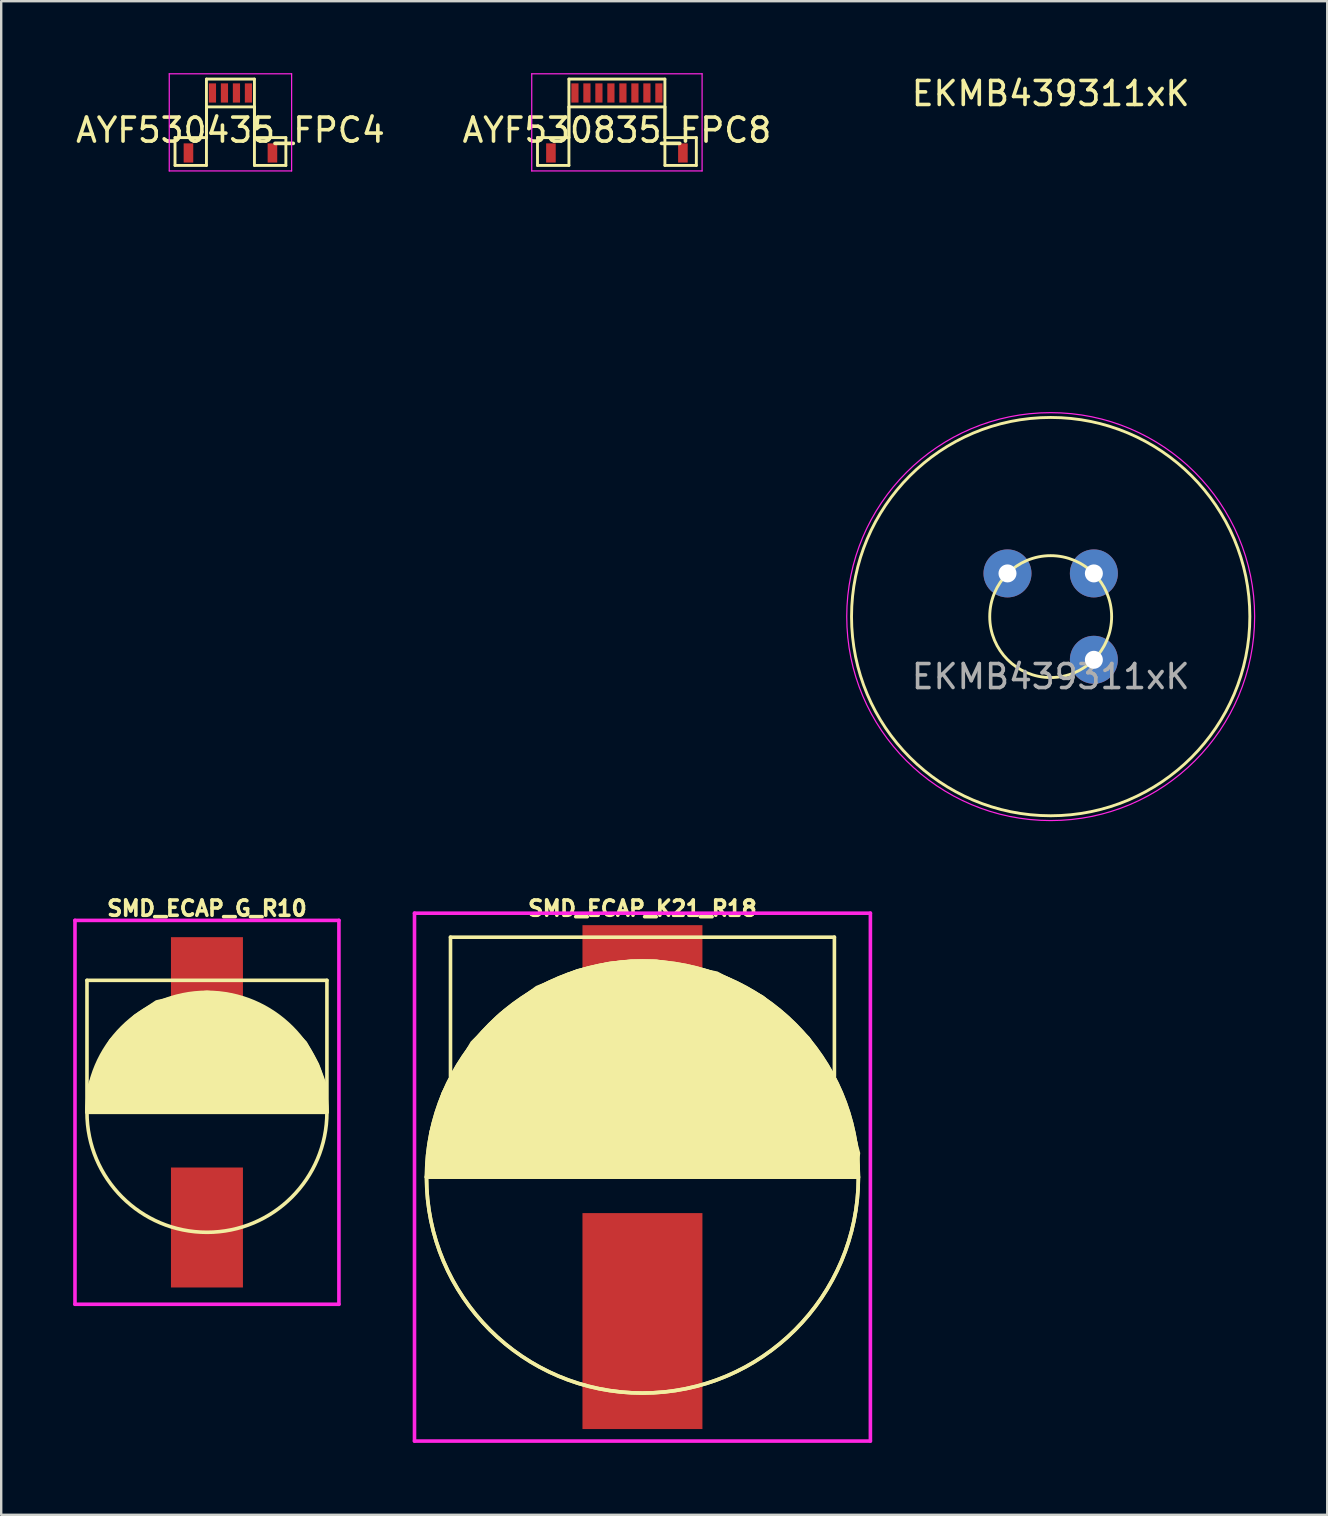
<source format=kicad_pcb>
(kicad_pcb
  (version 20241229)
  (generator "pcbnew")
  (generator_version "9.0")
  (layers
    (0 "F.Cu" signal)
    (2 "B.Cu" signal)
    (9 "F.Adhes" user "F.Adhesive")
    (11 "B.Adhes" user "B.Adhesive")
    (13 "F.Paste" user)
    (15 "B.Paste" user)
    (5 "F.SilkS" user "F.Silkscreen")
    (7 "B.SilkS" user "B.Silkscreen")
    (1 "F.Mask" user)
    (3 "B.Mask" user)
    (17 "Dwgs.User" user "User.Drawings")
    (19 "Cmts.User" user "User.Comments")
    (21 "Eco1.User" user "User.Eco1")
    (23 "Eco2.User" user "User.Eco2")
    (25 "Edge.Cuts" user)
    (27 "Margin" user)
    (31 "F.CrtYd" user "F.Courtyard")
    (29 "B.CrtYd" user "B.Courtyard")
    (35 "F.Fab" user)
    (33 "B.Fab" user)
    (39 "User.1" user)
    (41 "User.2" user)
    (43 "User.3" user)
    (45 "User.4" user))
  (footprint "SMD_ECAP_G_R10"
    (layer "F.Cu")
    (at 5.575 43.308)
    (property "Reference" "SMD_ECAP_G_R10" (at 0 -8.5 0) (layer "F.SilkS") (effects (font (size 0.635 0.635) (thickness 0.15))))
    (attr through_hole)
    (fp_line (start -5 -5.5) (end 5 -5.5) (stroke (width 0.15) (type solid)) (layer "F.SilkS"))
    (fp_line (start -5 0) (end -5 -5.5) (stroke (width 0.15) (type solid)) (layer "F.SilkS"))
    (fp_line (start 5 -5.5) (end 5 0) (stroke (width 0.15) (type solid)) (layer "F.SilkS"))
    (fp_circle (center 0 0) (end 5 0) (stroke (width 0.15) (type solid)) (fill no) (layer "F.SilkS"))
    (fp_poly (pts (xy -5 0) (xy 5 0) (xy 4.9 -1.2) (xy 4.6 -2) (xy 4.1 -2.9) (xy 3.2 -3.8) (xy 2.3 -4.4) (xy 1.6 -4.7) (xy 0.9 -4.9) (xy 0 -5) (xy -0.8 -4.9) (xy -2.1 -4.6) (xy -3 -4) (xy -4 -3) (xy -4.5 -2.1) (xy -4.9 -1.1)) (stroke (width 0.15) (type solid)) (fill yes) (layer "F.SilkS"))
    (fp_line (start -5.5 -8) (end 5.5 -8) (stroke (width 0.15) (type solid)) (layer "F.CrtYd"))
    (fp_line (start -5.5 8) (end -5.5 -8) (stroke (width 0.15) (type solid)) (layer "F.CrtYd"))
    (fp_line (start 5.5 -8) (end 5.5 8) (stroke (width 0.15) (type solid)) (layer "F.CrtYd"))
    (fp_line (start 5.5 8) (end -5.5 8) (stroke (width 0.15) (type solid)) (layer "F.CrtYd"))
    (pad "1" smd rect (at 0 -4.8) (size 3 5) (layers "F.Cu" "F.Mask" "F.Paste"))
    (pad "2" smd rect (at 0 4.8) (size 3 5) (layers "F.Cu" "F.Mask" "F.Paste")))
  (footprint "AYF530435_FPC4"
    (layer "F.Cu")
    (at 6.554 0.825)
    (property "Reference" "AYF530435_FPC4" (at 0 1.55 0) (layer "F.SilkS") (effects (font (size 1 1) (thickness 0.15))))
    (attr smd)
    (fp_line (start -2.31 1.86) (end -1 1.86) (stroke (width 0.12) (type default)) (layer "F.SilkS"))
    (fp_line (start -2.31 3.02) (end -2.31 1.86) (stroke (width 0.12) (type default)) (layer "F.SilkS"))
    (fp_line (start -1 -0.58) (end 1 -0.58) (stroke (width 0.12) (type default)) (layer "F.SilkS"))
    (fp_line (start -1 0.58) (end -1 3.02) (stroke (width 0.12) (type default)) (layer "F.SilkS"))
    (fp_line (start -1 0.58) (end 1 0.58) (stroke (width 0.12) (type default)) (layer "F.SilkS"))
    (fp_line (start -1 1.86) (end -1 -0.58) (stroke (width 0.12) (type default)) (layer "F.SilkS"))
    (fp_line (start -1 3.02) (end -2.31 3.02) (stroke (width 0.12) (type default)) (layer "F.SilkS"))
    (fp_line (start 1 0.58) (end 1 3.02) (stroke (width 0.12) (type default)) (layer "F.SilkS"))
    (fp_line (start 1 1.86) (end 1 -0.58) (stroke (width 0.12) (type default)) (layer "F.SilkS"))
    (fp_line (start 1 3.02) (end 2.31 3.02) (stroke (width 0.12) (type default)) (layer "F.SilkS"))
    (fp_line (start 2.31 1.86) (end 1 1.86) (stroke (width 0.12) (type default)) (layer "F.SilkS"))
    (fp_line (start 2.31 3.02) (end 2.31 1.86) (stroke (width 0.12) (type default)) (layer "F.SilkS"))
    (fp_line (start -2.55 -0.8) (end -2.55 3.25) (stroke (width 0.05) (type default)) (layer "F.CrtYd"))
    (fp_line (start -2.55 -0.8) (end 2.55 -0.8) (stroke (width 0.05) (type default)) (layer "F.CrtYd"))
    (fp_line (start -2.55 3.25) (end 2.55 3.25) (stroke (width 0.05) (type default)) (layer "F.CrtYd"))
    (fp_line (start 2.55 -0.8) (end 2.55 3.25) (stroke (width 0.05) (type default)) (layer "F.CrtYd"))
    (pad "0" smd rect (at -1.75 2.5) (size 0.4 0.8) (layers "F.Cu" "F.Mask" "F.Paste"))
    (pad "0" smd rect (at 1.75 2.5) (size 0.4 0.8) (layers "F.Cu" "F.Mask" "F.Paste"))
    (pad "1" smd rect (at -0.75 0) (size 0.3 0.8) (layers "F.Cu" "F.Mask" "F.Paste"))
    (pad "2" smd rect (at -0.25 0) (size 0.3 0.8) (layers "F.Cu" "F.Mask" "F.Paste"))
    (pad "3" smd rect (at 0.25 0) (size 0.3 0.8) (layers "F.Cu" "F.Mask" "F.Paste"))
    (pad "4" smd rect (at 0.75 0) (size 0.3 0.8) (layers "F.Cu" "F.Mask" "F.Paste")))
  (footprint "EKMB439311xK"
    (layer "F.Cu")
    (at 40.739 22.648)
    (property "Reference" "EKMB439311xK" (at 0 -21.8 0) (unlocked yes) (layer "F.SilkS") (effects (font (size 1 1) (thickness 0.15))))
    (attr smd)
    (fp_circle (center 0 0) (end 2.54 0) (stroke (width 0.12) (type solid)) (fill no) (layer "F.SilkS"))
    (fp_circle (center 0 0) (end 8.3 0) (stroke (width 0.12) (type solid)) (fill no) (layer "F.SilkS"))
    (fp_circle (center 0 0) (end 8.5 0) (stroke (width 0.05) (type solid)) (fill no) (layer "F.CrtYd"))
    (fp_text user "${REFERENCE}" (at 0 2.5 0) (unlocked yes) (layer "F.Fab") (effects (font (size 1 1) (thickness 0.15))))
    (pad "1" thru_hole circle (at 1.8 1.8) (size 2 2) (drill 0.75) (layers "*.Cu" "*.Mask"))
    (pad "2" thru_hole circle (at 1.8 -1.8) (size 2 2) (drill 0.75) (layers "*.Cu" "*.Mask"))
    (pad "3" thru_hole circle (at -1.8 -1.8) (size 2 2) (drill 0.75) (layers "*.Cu" "*.Mask")))
  (footprint "SMD_ECAP_K21_R18"
    (layer "F.Cu")
    (at 23.725 46.008)
    (property "Reference" "SMD_ECAP_K21_R18" (at 0 -11.2 0) (layer "F.SilkS") (effects (font (size 0.635 0.635) (thickness 0.15))))
    (attr through_hole)
    (fp_line (start -9 0) (end 9 0) (stroke (width 0.15) (type solid)) (layer "F.SilkS"))
    (fp_line (start -8 -10) (end 8 -10) (stroke (width 0.15) (type solid)) (layer "F.SilkS"))
    (fp_line (start -8 -4.2) (end -8 -10) (stroke (width 0.15) (type solid)) (layer "F.SilkS"))
    (fp_line (start 8 -10) (end 8 -4.2) (stroke (width 0.15) (type solid)) (layer "F.SilkS"))
    (fp_arc (start -9 0) (mid 0 -9) (end 9 0) (stroke (width 0.15) (type solid)) (layer "F.SilkS"))
    (fp_arc (start 9 0) (mid 0 9) (end -9 0) (stroke (width 0.15) (type solid)) (layer "F.SilkS"))
    (fp_circle (center 0 0) (end 9 0) (stroke (width 0.15) (type solid)) (fill no) (layer "F.SilkS"))
    (fp_poly (pts (xy -9 0) (xy 8.9 0) (xy 9 -1) (xy 8.6 -2.5) (xy 8 -4.1) (xy 6.9 -5.8) (xy 5 -7.5) (xy 3.1 -8.5) (xy 0.6 -9) (xy -0.5 -9) (xy -1.4 -8.9) (xy -2.7 -8.6) (xy -4.4 -7.9) (xy -5.9 -6.8) (xy -7.1 -5.6) (xy -8.3 -3.5) (xy -8.8 -1.9)) (stroke (width 0.15) (type solid)) (fill yes) (layer "F.SilkS"))
    (fp_line (start -9.5 -11) (end -9.5 11) (stroke (width 0.15) (type solid)) (layer "F.CrtYd"))
    (fp_line (start -9.5 11) (end 9.5 11) (stroke (width 0.15) (type solid)) (layer "F.CrtYd"))
    (fp_line (start 9.5 -11) (end -9.5 -11) (stroke (width 0.15) (type solid)) (layer "F.CrtYd"))
    (fp_line (start 9.5 11) (end 9.5 -11) (stroke (width 0.15) (type solid)) (layer "F.CrtYd"))
    (pad "1" smd rect (at 0 -6) (size 5 9) (layers "F.Cu" "F.Mask" "F.Paste"))
    (pad "2" smd rect (at 0 6) (size 5 9) (layers "F.Cu" "F.Mask" "F.Paste")))
  (footprint "AYF530835_FPC8"
    (layer "F.Cu")
    (at 22.661 0.825)
    (property "Reference" "AYF530835_FPC8" (at 0 1.55 0) (layer "F.SilkS") (effects (font (size 1 1) (thickness 0.15))))
    (attr smd)
    (fp_line (start -3.31 1.86) (end -2 1.86) (stroke (width 0.12) (type default)) (layer "F.SilkS"))
    (fp_line (start -3.31 3.02) (end -3.31 1.86) (stroke (width 0.12) (type default)) (layer "F.SilkS"))
    (fp_line (start -2 -0.58) (end 2 -0.58) (stroke (width 0.12) (type default)) (layer "F.SilkS"))
    (fp_line (start -2 0.58) (end -2 3.02) (stroke (width 0.12) (type default)) (layer "F.SilkS"))
    (fp_line (start -2 0.58) (end 2 0.58) (stroke (width 0.12) (type default)) (layer "F.SilkS"))
    (fp_line (start -2 1.86) (end -2 -0.58) (stroke (width 0.12) (type default)) (layer "F.SilkS"))
    (fp_line (start -2 3.02) (end -3.31 3.02) (stroke (width 0.12) (type default)) (layer "F.SilkS"))
    (fp_line (start 2 0.58) (end 2 3.02) (stroke (width 0.12) (type default)) (layer "F.SilkS"))
    (fp_line (start 2 1.86) (end 2 -0.58) (stroke (width 0.12) (type default)) (layer "F.SilkS"))
    (fp_line (start 2 3.02) (end 3.31 3.02) (stroke (width 0.12) (type default)) (layer "F.SilkS"))
    (fp_line (start 3.31 1.86) (end 2 1.86) (stroke (width 0.12) (type default)) (layer "F.SilkS"))
    (fp_line (start 3.31 3.02) (end 3.31 1.86) (stroke (width 0.12) (type default)) (layer "F.SilkS"))
    (fp_line (start -3.55 -0.8) (end -3.55 3.25) (stroke (width 0.05) (type default)) (layer "F.CrtYd"))
    (fp_line (start -3.55 -0.8) (end 3.55 -0.8) (stroke (width 0.05) (type default)) (layer "F.CrtYd"))
    (fp_line (start -3.55 3.25) (end 3.55 3.25) (stroke (width 0.05) (type default)) (layer "F.CrtYd"))
    (fp_line (start 3.55 -0.8) (end 3.55 3.25) (stroke (width 0.05) (type default)) (layer "F.CrtYd"))
    (pad "0" smd rect (at -2.75 2.5) (size 0.4 0.8) (layers "F.Cu" "F.Mask" "F.Paste"))
    (pad "0" smd rect (at 2.75 2.5) (size 0.4 0.8) (layers "F.Cu" "F.Mask" "F.Paste"))
    (pad "1" smd rect (at -1.75 0) (size 0.3 0.8) (layers "F.Cu" "F.Mask" "F.Paste"))
    (pad "2" smd rect (at -1.25 0) (size 0.3 0.8) (layers "F.Cu" "F.Mask" "F.Paste"))
    (pad "3" smd rect (at -0.75 0) (size 0.3 0.8) (layers "F.Cu" "F.Mask" "F.Paste"))
    (pad "4" smd rect (at -0.25 0) (size 0.3 0.8) (layers "F.Cu" "F.Mask" "F.Paste"))
    (pad "5" smd rect (at 0.25 0) (size 0.3 0.8) (layers "F.Cu" "F.Mask" "F.Paste"))
    (pad "6" smd rect (at 0.75 0) (size 0.3 0.8) (layers "F.Cu" "F.Mask" "F.Paste"))
    (pad "7" smd rect (at 1.25 0) (size 0.3 0.8) (layers "F.Cu" "F.Mask" "F.Paste"))
    (pad "8" smd rect (at 1.75 0) (size 0.3 0.8) (layers "F.Cu" "F.Mask" "F.Paste")))
  (gr_rect
    (start -3 -3)
    (end 52.264 60.083)
    (stroke (width 0.1) (type default))
    (fill no)
    (layer "Edge.Cuts")))
</source>
